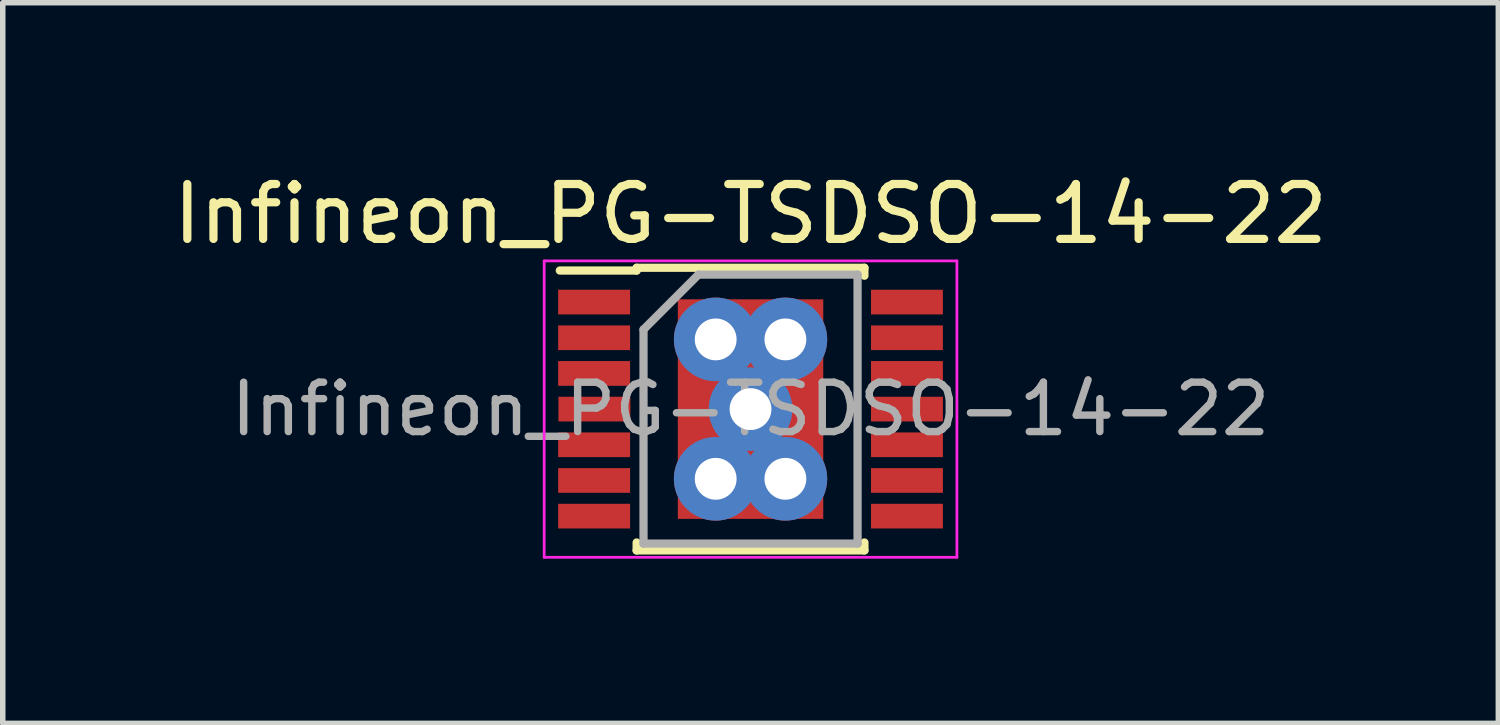
<source format=kicad_pcb>
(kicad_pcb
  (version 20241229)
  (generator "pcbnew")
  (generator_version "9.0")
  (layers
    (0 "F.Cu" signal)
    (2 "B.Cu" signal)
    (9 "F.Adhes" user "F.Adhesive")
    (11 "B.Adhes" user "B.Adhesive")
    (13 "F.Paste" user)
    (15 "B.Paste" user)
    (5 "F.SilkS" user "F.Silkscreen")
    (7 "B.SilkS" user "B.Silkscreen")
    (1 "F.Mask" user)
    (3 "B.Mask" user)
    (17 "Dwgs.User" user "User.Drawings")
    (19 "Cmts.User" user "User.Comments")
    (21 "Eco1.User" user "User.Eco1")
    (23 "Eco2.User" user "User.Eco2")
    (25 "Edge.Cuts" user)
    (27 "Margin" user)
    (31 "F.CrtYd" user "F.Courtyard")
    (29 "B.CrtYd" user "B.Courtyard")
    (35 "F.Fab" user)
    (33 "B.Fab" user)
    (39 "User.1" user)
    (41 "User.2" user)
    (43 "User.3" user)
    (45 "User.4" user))
  (footprint "Infineon_PG-TSDSO-14-22"
    (layer "F.Cu")
    (at 10.625 4.404)
    (property "Reference" "Infineon_PG-TSDSO-14-22" (at 0 -3.556 0) (layer "F.SilkS") (effects (font (size 1 1) (thickness 0.15))))
    (attr smd)
    (fp_line (start -2.075 -2.575) (end -2.075 -2.525) (stroke (width 0.15) (type solid)) (layer "F.SilkS"))
    (fp_line (start -2.075 -2.575) (end 2.075 -2.575) (stroke (width 0.15) (type solid)) (layer "F.SilkS"))
    (fp_line (start -2.075 -2.525) (end -3.475 -2.525) (stroke (width 0.15) (type solid)) (layer "F.SilkS"))
    (fp_line (start -2.075 2.575) (end -2.075 2.43) (stroke (width 0.15) (type solid)) (layer "F.SilkS"))
    (fp_line (start -2.075 2.575) (end 2.075 2.575) (stroke (width 0.15) (type solid)) (layer "F.SilkS"))
    (fp_line (start 2.075 -2.575) (end 2.075 -2.43) (stroke (width 0.15) (type solid)) (layer "F.SilkS"))
    (fp_line (start 2.075 2.575) (end 2.075 2.43) (stroke (width 0.15) (type solid)) (layer "F.SilkS"))
    (fp_line (start -3.76 -2.7) (end -3.76 2.7) (stroke (width 0.05) (type solid)) (layer "F.CrtYd"))
    (fp_line (start -3.76 -2.7) (end 3.76 -2.7) (stroke (width 0.05) (type solid)) (layer "F.CrtYd"))
    (fp_line (start -3.76 2.7) (end 3.76 2.7) (stroke (width 0.05) (type solid)) (layer "F.CrtYd"))
    (fp_line (start 3.76 -2.7) (end 3.76 2.7) (stroke (width 0.05) (type solid)) (layer "F.CrtYd"))
    (fp_line (start -1.95 -1.45) (end -0.95 -2.45) (stroke (width 0.15) (type solid)) (layer "F.Fab"))
    (fp_line (start -1.95 2.45) (end -1.95 -1.45) (stroke (width 0.15) (type solid)) (layer "F.Fab"))
    (fp_line (start -0.95 -2.45) (end 1.95 -2.45) (stroke (width 0.15) (type solid)) (layer "F.Fab"))
    (fp_line (start 1.95 -2.45) (end 1.95 2.45) (stroke (width 0.15) (type solid)) (layer "F.Fab"))
    (fp_line (start 1.95 2.45) (end -1.95 2.45) (stroke (width 0.15) (type solid)) (layer "F.Fab"))
    (fp_text user "${REFERENCE}" (at 0 0 0) (layer "F.Fab") (effects (font (size 0.9 0.9) (thickness 0.135))))
    (pad "" smd rect (at 0 -1.075) (size 2.65 1.85) (layers "F.Paste"))
    (pad "" smd rect (at 0 1.075) (size 2.65 1.85) (layers "F.Paste"))
    (pad "1" smd rect (at -2.85 -1.95) (size 1.31 0.45) (layers "F.Cu" "F.Mask" "F.Paste"))
    (pad "2" smd rect (at -2.85 -1.3) (size 1.31 0.45) (layers "F.Cu" "F.Mask" "F.Paste"))
    (pad "3" smd rect (at -2.85 -0.65) (size 1.31 0.45) (layers "F.Cu" "F.Mask" "F.Paste"))
    (pad "4" smd rect (at -2.845 0) (size 1.31 0.45) (layers "F.Cu" "F.Mask" "F.Paste"))
    (pad "5" smd rect (at -2.85 0.65) (size 1.31 0.45) (layers "F.Cu" "F.Mask" "F.Paste"))
    (pad "6" smd rect (at -2.85 1.3) (size 1.31 0.45) (layers "F.Cu" "F.Mask" "F.Paste"))
    (pad "7" smd rect (at -2.85 1.95) (size 1.31 0.45) (layers "F.Cu" "F.Mask" "F.Paste"))
    (pad "8" smd rect (at 2.85 -1.95) (size 1.31 0.45) (layers "F.Cu" "F.Mask" "F.Paste"))
    (pad "8" smd rect (at 2.85 -1.3) (size 1.31 0.45) (layers "F.Cu" "F.Mask" "F.Paste"))
    (pad "8" smd rect (at 2.85 -0.65) (size 1.31 0.45) (layers "F.Cu" "F.Mask" "F.Paste"))
    (pad "8" smd rect (at 2.85 0) (size 1.31 0.45) (layers "F.Cu" "F.Mask" "F.Paste"))
    (pad "8" smd rect (at 2.85 0.65) (size 1.31 0.45) (layers "F.Cu" "F.Mask" "F.Paste"))
    (pad "8" smd rect (at 2.85 1.3) (size 1.31 0.45) (layers "F.Cu" "F.Mask" "F.Paste"))
    (pad "8" smd rect (at 2.85 1.95) (size 1.31 0.45) (layers "F.Cu" "F.Mask" "F.Paste"))
    (pad "15" thru_hole circle (at -0.635 -1.27) (size 1.524 1.524) (drill 0.762) (layers "*.Cu" "*.Mask"))
    (pad "15" thru_hole circle (at -0.635 1.27) (size 1.524 1.524) (drill 0.762) (layers "*.Cu" "*.Mask"))
    (pad "15" thru_hole circle (at 0 0) (size 1.524 1.524) (drill 0.762) (layers "*.Cu" "*.Mask"))
    (pad "15" smd rect (at 0 0) (size 2.65 4) (layers "F.Cu" "F.Mask"))
    (pad "15" thru_hole circle (at 0.635 -1.27) (size 1.524 1.524) (drill 0.762) (layers "*.Cu" "*.Mask"))
    (pad "15" thru_hole circle (at 0.635 1.27) (size 1.524 1.524) (drill 0.762) (layers "*.Cu" "*.Mask")))
  (gr_rect
    (start -3 -3)
    (end 24.25 10.129)
    (stroke (width 0.1) (type default))
    (fill no)
    (layer "Edge.Cuts")))
</source>
